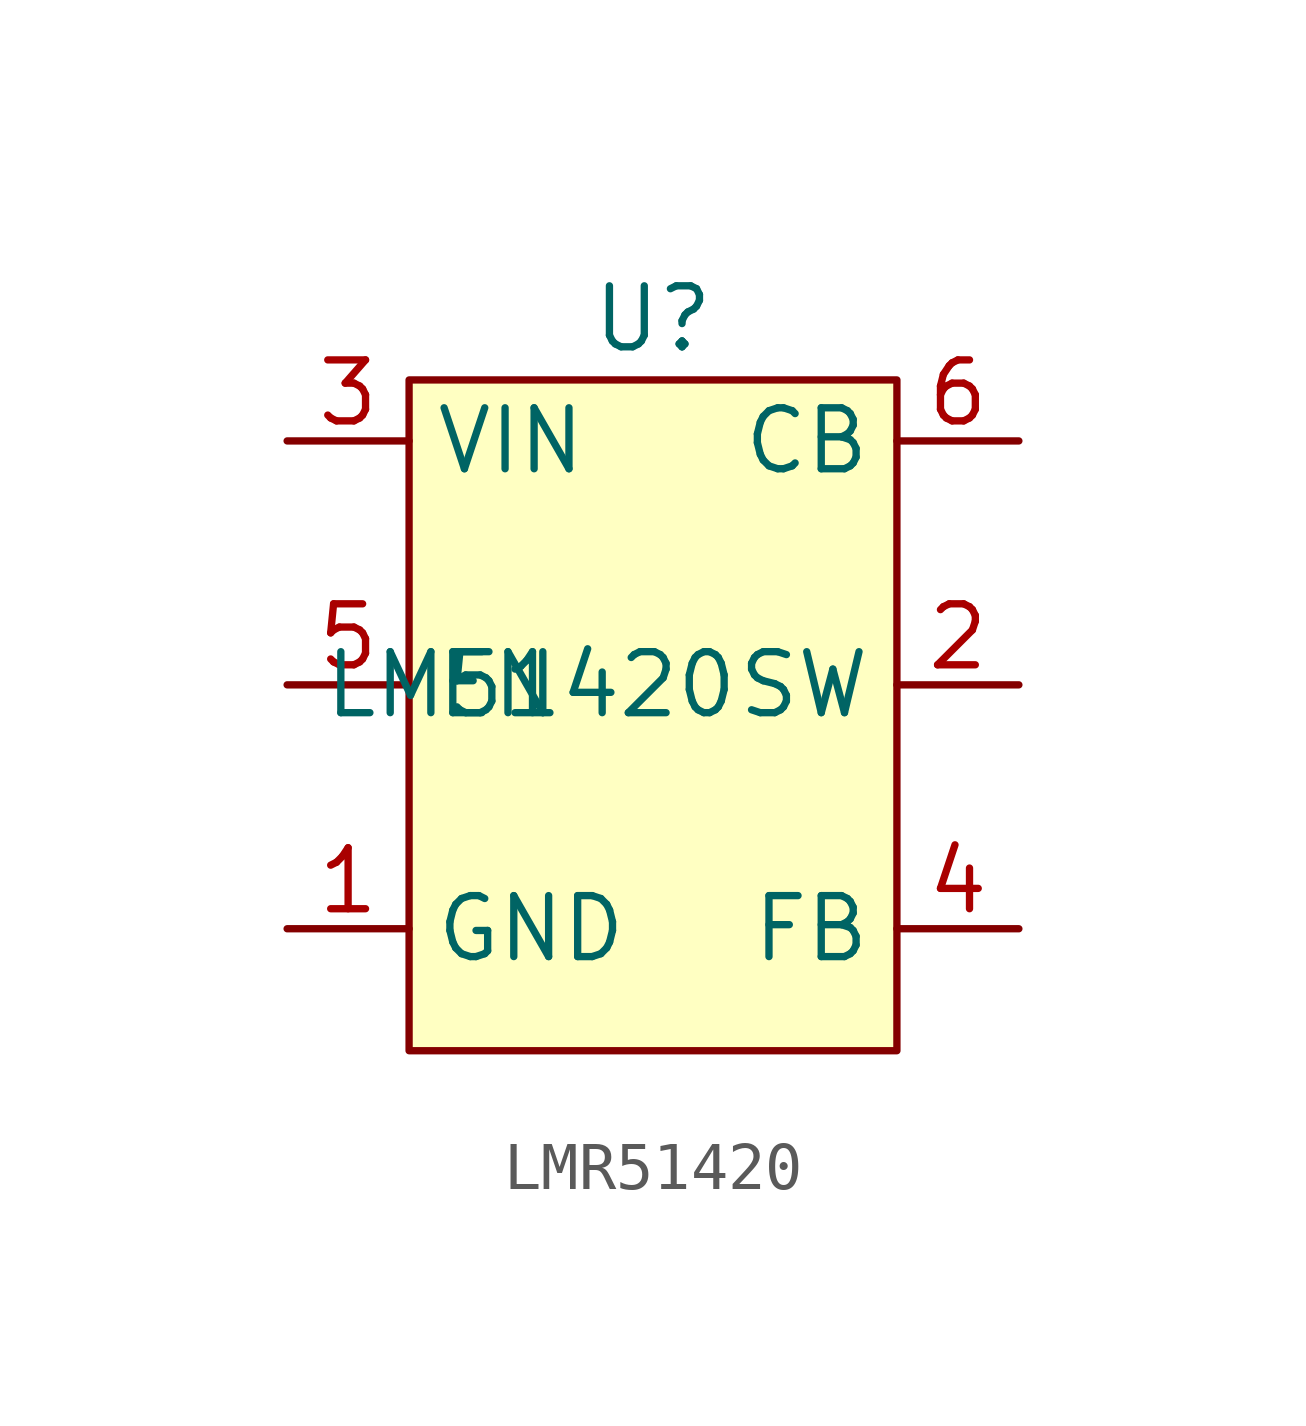
<source format=kicad_sym>
(kicad_symbol_lib
  (version 20231120)
  (generator "kicad_symbol_editor")
  (generator_version "8.0")
  (symbol "LMR51420"
    (property "Reference" "U"
      (at 2.54 7.62 0)
      (effects (font (size 1.27 1.27))))
    (property "Value" "LM51420"
      (at 0 0 0)
      (effects (font (size 1.27 1.27))))
    (symbol "LMR51420_1_1"
      (rectangle (start -2.54 6.35) (end 7.62 -7.62) (stroke (width 0) (type default)) (fill (type background)))
      (pin input line (at -5.08 -5.08 0) (length 2.54) (name "GND" (effects (font (size 1.27 1.27)))) (number "1" (effects (font (size 1.27 1.27)))))
      (pin input line (at 10.16 0 180) (length 2.54) (name "SW" (effects (font (size 1.27 1.27)))) (number "2" (effects (font (size 1.27 1.27)))))
      (pin input line (at -5.08 5.08 0) (length 2.54) (name "VIN" (effects (font (size 1.27 1.27)))) (number "3" (effects (font (size 1.27 1.27)))))
      (pin input line (at 10.16 -5.08 180) (length 2.54) (name "FB" (effects (font (size 1.27 1.27)))) (number "4" (effects (font (size 1.27 1.27)))))
      (pin input line (at -5.08 0 0) (length 2.54) (name "EN" (effects (font (size 1.27 1.27)))) (number "5" (effects (font (size 1.27 1.27)))))
      (pin input line (at 10.16 5.08 180) (length 2.54) (name "CB" (effects (font (size 1.27 1.27)))) (number "6" (effects (font (size 1.27 1.27))))))))
</source>
